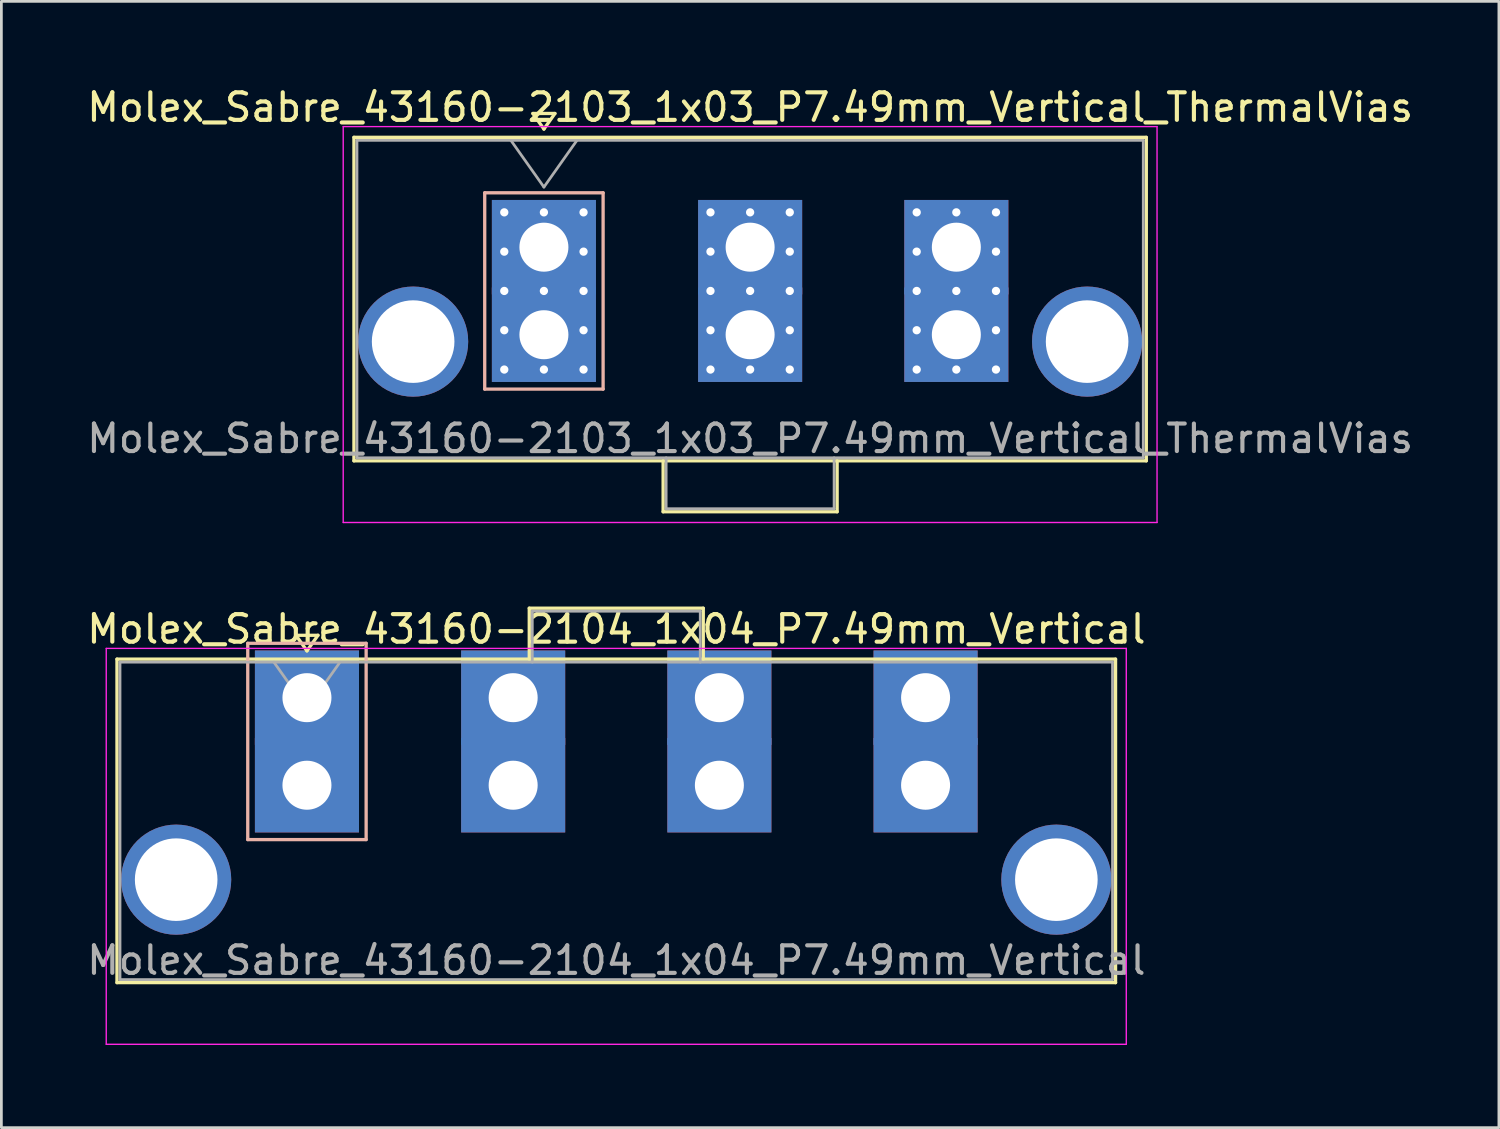
<source format=kicad_pcb>
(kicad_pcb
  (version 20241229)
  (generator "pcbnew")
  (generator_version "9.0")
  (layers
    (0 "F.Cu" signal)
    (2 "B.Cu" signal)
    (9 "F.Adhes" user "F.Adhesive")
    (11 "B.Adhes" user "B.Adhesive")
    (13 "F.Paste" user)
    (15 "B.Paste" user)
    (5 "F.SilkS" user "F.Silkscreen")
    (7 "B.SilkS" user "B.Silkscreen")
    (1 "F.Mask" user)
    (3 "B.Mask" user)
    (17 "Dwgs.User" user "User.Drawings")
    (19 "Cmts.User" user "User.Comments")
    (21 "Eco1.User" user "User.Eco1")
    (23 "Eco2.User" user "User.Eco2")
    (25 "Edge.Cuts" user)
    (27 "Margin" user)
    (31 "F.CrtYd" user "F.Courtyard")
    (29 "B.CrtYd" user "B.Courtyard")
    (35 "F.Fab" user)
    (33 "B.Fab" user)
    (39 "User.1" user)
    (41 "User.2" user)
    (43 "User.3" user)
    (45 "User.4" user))
  (footprint "Molex_Sabre_43160-2104_1x04_P7.49mm_Vertical"
    (layer "F.Cu")
    (at 8.099 25.471)
    (property "Reference" "Molex_Sabre_43160-2104_1x04_P7.49mm_Vertical" (at 11.24 -5.67 0) (layer "F.SilkS") (effects (font (size 1 1) (thickness 0.15))))
    (attr through_hole)
    (fp_line (start -6.9 -4.58) (end -6.9 7.17) (stroke (width 0.12) (type solid)) (layer "F.SilkS"))
    (fp_line (start -6.9 7.17) (end 29.37 7.17) (stroke (width 0.12) (type solid)) (layer "F.SilkS"))
    (fp_line (start -0.4 -5.446) (end 0 -4.88) (stroke (width 0.12) (type solid)) (layer "F.SilkS"))
    (fp_line (start 0 -4.88) (end 0.4 -5.446) (stroke (width 0.12) (type solid)) (layer "F.SilkS"))
    (fp_line (start 0.4 -5.446) (end -0.4 -5.446) (stroke (width 0.12) (type solid)) (layer "F.SilkS"))
    (fp_line (start 8.075 -6.43) (end 14.395 -6.43) (stroke (width 0.12) (type solid)) (layer "F.SilkS"))
    (fp_line (start 8.075 -4.58) (end 8.075 -6.43) (stroke (width 0.12) (type solid)) (layer "F.SilkS"))
    (fp_line (start 14.395 -6.43) (end 14.395 -4.58) (stroke (width 0.12) (type solid)) (layer "F.SilkS"))
    (fp_line (start 29.37 -4.58) (end -6.9 -4.58) (stroke (width 0.12) (type solid)) (layer "F.SilkS"))
    (fp_line (start 29.37 7.17) (end 29.37 -4.58) (stroke (width 0.12) (type solid)) (layer "F.SilkS"))
    (fp_line (start -2.15 -5.155) (end -2.15 1.975) (stroke (width 0.12) (type solid)) (layer "B.SilkS"))
    (fp_line (start -2.15 1.975) (end 2.15 1.975) (stroke (width 0.12) (type solid)) (layer "B.SilkS"))
    (fp_line (start 2.15 -5.155) (end -2.15 -5.155) (stroke (width 0.12) (type solid)) (layer "B.SilkS"))
    (fp_line (start 2.15 1.975) (end 2.15 -5.155) (stroke (width 0.12) (type solid)) (layer "B.SilkS"))
    (fp_line (start -7.29 -4.97) (end -7.29 9.41) (stroke (width 0.05) (type solid)) (layer "F.CrtYd"))
    (fp_line (start -7.29 9.41) (end 29.76 9.41) (stroke (width 0.05) (type solid)) (layer "F.CrtYd"))
    (fp_line (start 29.76 -4.97) (end -7.29 -4.97) (stroke (width 0.05) (type solid)) (layer "F.CrtYd"))
    (fp_line (start 29.76 9.41) (end 29.76 -4.97) (stroke (width 0.05) (type solid)) (layer "F.CrtYd"))
    (fp_line (start -6.79 -4.47) (end -6.79 7.06) (stroke (width 0.1) (type solid)) (layer "F.Fab"))
    (fp_line (start -6.79 7.06) (end 29.26 7.06) (stroke (width 0.1) (type solid)) (layer "F.Fab"))
    (fp_line (start -1.2 -4.47) (end 0 -2.773) (stroke (width 0.1) (type solid)) (layer "F.Fab"))
    (fp_line (start 0 -2.773) (end 1.2 -4.47) (stroke (width 0.1) (type solid)) (layer "F.Fab"))
    (fp_line (start 8.185 -6.32) (end 14.285 -6.32) (stroke (width 0.1) (type solid)) (layer "F.Fab"))
    (fp_line (start 8.185 -4.47) (end 8.185 -6.32) (stroke (width 0.1) (type solid)) (layer "F.Fab"))
    (fp_line (start 14.285 -6.32) (end 14.285 -4.47) (stroke (width 0.1) (type solid)) (layer "F.Fab"))
    (fp_line (start 29.26 -4.47) (end -6.79 -4.47) (stroke (width 0.1) (type solid)) (layer "F.Fab"))
    (fp_line (start 29.26 7.06) (end 29.26 -4.47) (stroke (width 0.1) (type solid)) (layer "F.Fab"))
    (fp_text user "${REFERENCE}" (at 11.24 6.36 0) (layer "F.Fab") (effects (font (size 1 1) (thickness 0.15))))
    (pad "" thru_hole circle (at -4.75 3.43) (size 4 4) (drill 3) (layers "*.Cu" "*.Mask"))
    (pad "" thru_hole circle (at 27.22 3.43) (size 4 4) (drill 3) (layers "*.Cu" "*.Mask"))
    (pad "1" thru_hole rect (at 0 -3.18) (size 3.78 3.43) (drill 1.78) (layers "*.Cu" "*.Mask"))
    (pad "1" thru_hole rect (at 0 0) (size 3.78 3.43) (drill 1.78) (layers "*.Cu" "*.Mask"))
    (pad "2" thru_hole rect (at 7.49 -3.18) (size 3.78 3.43) (drill 1.78) (layers "*.Cu" "*.Mask"))
    (pad "2" thru_hole rect (at 7.49 0) (size 3.78 3.43) (drill 1.78) (layers "*.Cu" "*.Mask"))
    (pad "3" thru_hole rect (at 14.98 -3.18) (size 3.78 3.43) (drill 1.78) (layers "*.Cu" "*.Mask"))
    (pad "3" thru_hole rect (at 14.98 0) (size 3.78 3.43) (drill 1.78) (layers "*.Cu" "*.Mask"))
    (pad "4" thru_hole rect (at 22.47 -3.18) (size 3.78 3.43) (drill 1.78) (layers "*.Cu" "*.Mask"))
    (pad "4" thru_hole rect (at 22.47 0) (size 3.78 3.43) (drill 1.78) (layers "*.Cu" "*.Mask")))
  (footprint "Molex_Sabre_43160-2103_1x03_P7.49mm_Vertical_ThermalVias"
    (layer "F.Cu")
    (at 16.706 9.108)
    (property "Reference" "Molex_Sabre_43160-2103_1x03_P7.49mm_Vertical_ThermalVias" (at 7.49 -8.26 0) (layer "F.SilkS") (effects (font (size 1 1) (thickness 0.15))))
    (attr through_hole)
    (fp_line (start -6.9 -7.17) (end -6.9 4.58) (stroke (width 0.12) (type solid)) (layer "F.SilkS"))
    (fp_line (start -6.9 4.58) (end 21.88 4.58) (stroke (width 0.12) (type solid)) (layer "F.SilkS"))
    (fp_line (start -0.4 -8.036) (end 0 -7.47) (stroke (width 0.12) (type solid)) (layer "F.SilkS"))
    (fp_line (start 0 -7.47) (end 0.4 -8.036) (stroke (width 0.12) (type solid)) (layer "F.SilkS"))
    (fp_line (start 0.4 -8.036) (end -0.4 -8.036) (stroke (width 0.12) (type solid)) (layer "F.SilkS"))
    (fp_line (start 4.33 4.58) (end 4.33 6.43) (stroke (width 0.12) (type solid)) (layer "F.SilkS"))
    (fp_line (start 4.33 6.43) (end 10.65 6.43) (stroke (width 0.12) (type solid)) (layer "F.SilkS"))
    (fp_line (start 10.65 6.43) (end 10.65 4.58) (stroke (width 0.12) (type solid)) (layer "F.SilkS"))
    (fp_line (start 21.88 -7.17) (end -6.9 -7.17) (stroke (width 0.12) (type solid)) (layer "F.SilkS"))
    (fp_line (start 21.88 4.58) (end 21.88 -7.17) (stroke (width 0.12) (type solid)) (layer "F.SilkS"))
    (fp_line (start -2.15 -5.155) (end -2.15 1.975) (stroke (width 0.12) (type solid)) (layer "B.SilkS"))
    (fp_line (start -2.15 1.975) (end 2.15 1.975) (stroke (width 0.12) (type solid)) (layer "B.SilkS"))
    (fp_line (start 2.15 -5.155) (end -2.15 -5.155) (stroke (width 0.12) (type solid)) (layer "B.SilkS"))
    (fp_line (start 2.15 1.975) (end 2.15 -5.155) (stroke (width 0.12) (type solid)) (layer "B.SilkS"))
    (fp_line (start -7.29 -7.56) (end -7.29 6.82) (stroke (width 0.05) (type solid)) (layer "F.CrtYd"))
    (fp_line (start -7.29 6.82) (end 22.27 6.82) (stroke (width 0.05) (type solid)) (layer "F.CrtYd"))
    (fp_line (start 22.27 -7.56) (end -7.29 -7.56) (stroke (width 0.05) (type solid)) (layer "F.CrtYd"))
    (fp_line (start 22.27 6.82) (end 22.27 -7.56) (stroke (width 0.05) (type solid)) (layer "F.CrtYd"))
    (fp_line (start -6.79 -7.06) (end -6.79 4.47) (stroke (width 0.1) (type solid)) (layer "F.Fab"))
    (fp_line (start -6.79 4.47) (end 21.77 4.47) (stroke (width 0.1) (type solid)) (layer "F.Fab"))
    (fp_line (start -1.2 -7.06) (end 0 -5.363) (stroke (width 0.1) (type solid)) (layer "F.Fab"))
    (fp_line (start 0 -5.363) (end 1.2 -7.06) (stroke (width 0.1) (type solid)) (layer "F.Fab"))
    (fp_line (start 4.44 4.47) (end 4.44 6.32) (stroke (width 0.1) (type solid)) (layer "F.Fab"))
    (fp_line (start 4.44 6.32) (end 10.54 6.32) (stroke (width 0.1) (type solid)) (layer "F.Fab"))
    (fp_line (start 10.54 6.32) (end 10.54 4.47) (stroke (width 0.1) (type solid)) (layer "F.Fab"))
    (fp_line (start 21.77 -7.06) (end -6.79 -7.06) (stroke (width 0.1) (type solid)) (layer "F.Fab"))
    (fp_line (start 21.77 4.47) (end 21.77 -7.06) (stroke (width 0.1) (type solid)) (layer "F.Fab"))
    (fp_text user "${REFERENCE}" (at 7.49 3.77 0) (layer "F.Fab") (effects (font (size 1 1) (thickness 0.15))))
    (pad "" thru_hole circle (at -4.75 0.25) (size 4 4) (drill 3) (layers "*.Cu" "*.Mask"))
    (pad "" thru_hole circle (at 19.73 0.25) (size 4 4) (drill 3) (layers "*.Cu" "*.Mask"))
    (pad "1" thru_hole rect (at -1.44 -4.445) (size 0.6 0.6) (drill 0.3) (layers "*.Cu" "*.Mask"))
    (pad "1" thru_hole rect (at -1.44 -3.018) (size 0.6 0.6) (drill 0.3) (layers "*.Cu" "*.Mask"))
    (pad "1" thru_hole rect (at -1.44 -1.59) (size 0.6 0.6) (drill 0.3) (layers "*.Cu" "*.Mask"))
    (pad "1" thru_hole rect (at -1.44 -0.163) (size 0.6 0.6) (drill 0.3) (layers "*.Cu" "*.Mask"))
    (pad "1" thru_hole rect (at -1.44 1.265) (size 0.6 0.6) (drill 0.3) (layers "*.Cu" "*.Mask"))
    (pad "1" thru_hole rect (at 0 -4.445) (size 0.6 0.6) (drill 0.3) (layers "*.Cu" "*.Mask"))
    (pad "1" thru_hole rect (at 0 -3.18) (size 3.78 3.43) (drill 1.78) (layers "*.Cu" "*.Mask"))
    (pad "1" thru_hole rect (at 0 -1.59) (size 0.6 0.6) (drill 0.3) (layers "*.Cu" "*.Mask"))
    (pad "1" thru_hole rect (at 0 0) (size 3.78 3.43) (drill 1.78) (layers "*.Cu" "*.Mask"))
    (pad "1" thru_hole rect (at 0 1.265) (size 0.6 0.6) (drill 0.3) (layers "*.Cu" "*.Mask"))
    (pad "1" thru_hole rect (at 1.44 -4.445) (size 0.6 0.6) (drill 0.3) (layers "*.Cu" "*.Mask"))
    (pad "1" thru_hole rect (at 1.44 -3.018) (size 0.6 0.6) (drill 0.3) (layers "*.Cu" "*.Mask"))
    (pad "1" thru_hole rect (at 1.44 -1.59) (size 0.6 0.6) (drill 0.3) (layers "*.Cu" "*.Mask"))
    (pad "1" thru_hole rect (at 1.44 -0.163) (size 0.6 0.6) (drill 0.3) (layers "*.Cu" "*.Mask"))
    (pad "1" thru_hole rect (at 1.44 1.265) (size 0.6 0.6) (drill 0.3) (layers "*.Cu" "*.Mask"))
    (pad "2" thru_hole circle (at 6.05 -4.445) (size 0.6 0.6) (drill 0.3) (layers "*.Cu" "*.Mask"))
    (pad "2" thru_hole circle (at 6.05 -3.018) (size 0.6 0.6) (drill 0.3) (layers "*.Cu" "*.Mask"))
    (pad "2" thru_hole circle (at 6.05 -1.59) (size 0.6 0.6) (drill 0.3) (layers "*.Cu" "*.Mask"))
    (pad "2" thru_hole circle (at 6.05 -0.163) (size 0.6 0.6) (drill 0.3) (layers "*.Cu" "*.Mask"))
    (pad "2" thru_hole circle (at 6.05 1.265) (size 0.6 0.6) (drill 0.3) (layers "*.Cu" "*.Mask"))
    (pad "2" thru_hole circle (at 7.49 -4.445) (size 0.6 0.6) (drill 0.3) (layers "*.Cu" "*.Mask"))
    (pad "2" thru_hole rect (at 7.49 -3.18) (size 3.78 3.43) (drill 1.78) (layers "*.Cu" "*.Mask"))
    (pad "2" thru_hole circle (at 7.49 -1.59) (size 0.6 0.6) (drill 0.3) (layers "*.Cu" "*.Mask"))
    (pad "2" thru_hole rect (at 7.49 0) (size 3.78 3.43) (drill 1.78) (layers "*.Cu" "*.Mask"))
    (pad "2" thru_hole circle (at 7.49 1.265) (size 0.6 0.6) (drill 0.3) (layers "*.Cu" "*.Mask"))
    (pad "2" thru_hole circle (at 8.93 -4.445) (size 0.6 0.6) (drill 0.3) (layers "*.Cu" "*.Mask"))
    (pad "2" thru_hole circle (at 8.93 -3.018) (size 0.6 0.6) (drill 0.3) (layers "*.Cu" "*.Mask"))
    (pad "2" thru_hole circle (at 8.93 -1.59) (size 0.6 0.6) (drill 0.3) (layers "*.Cu" "*.Mask"))
    (pad "2" thru_hole circle (at 8.93 -0.163) (size 0.6 0.6) (drill 0.3) (layers "*.Cu" "*.Mask"))
    (pad "2" thru_hole circle (at 8.93 1.265) (size 0.6 0.6) (drill 0.3) (layers "*.Cu" "*.Mask"))
    (pad "3" thru_hole circle (at 13.54 -4.445) (size 0.6 0.6) (drill 0.3) (layers "*.Cu" "*.Mask"))
    (pad "3" thru_hole circle (at 13.54 -3.018) (size 0.6 0.6) (drill 0.3) (layers "*.Cu" "*.Mask"))
    (pad "3" thru_hole circle (at 13.54 -1.59) (size 0.6 0.6) (drill 0.3) (layers "*.Cu" "*.Mask"))
    (pad "3" thru_hole circle (at 13.54 -0.163) (size 0.6 0.6) (drill 0.3) (layers "*.Cu" "*.Mask"))
    (pad "3" thru_hole circle (at 13.54 1.265) (size 0.6 0.6) (drill 0.3) (layers "*.Cu" "*.Mask"))
    (pad "3" thru_hole circle (at 14.98 -4.445) (size 0.6 0.6) (drill 0.3) (layers "*.Cu" "*.Mask"))
    (pad "3" thru_hole rect (at 14.98 -3.18) (size 3.78 3.43) (drill 1.78) (layers "*.Cu" "*.Mask"))
    (pad "3" thru_hole circle (at 14.98 -1.59) (size 0.6 0.6) (drill 0.3) (layers "*.Cu" "*.Mask"))
    (pad "3" thru_hole rect (at 14.98 0) (size 3.78 3.43) (drill 1.78) (layers "*.Cu" "*.Mask"))
    (pad "3" thru_hole circle (at 14.98 1.265) (size 0.6 0.6) (drill 0.3) (layers "*.Cu" "*.Mask"))
    (pad "3" thru_hole circle (at 16.42 -4.445) (size 0.6 0.6) (drill 0.3) (layers "*.Cu" "*.Mask"))
    (pad "3" thru_hole circle (at 16.42 -3.018) (size 0.6 0.6) (drill 0.3) (layers "*.Cu" "*.Mask"))
    (pad "3" thru_hole circle (at 16.42 -1.59) (size 0.6 0.6) (drill 0.3) (layers "*.Cu" "*.Mask"))
    (pad "3" thru_hole circle (at 16.42 -0.163) (size 0.6 0.6) (drill 0.3) (layers "*.Cu" "*.Mask"))
    (pad "3" thru_hole circle (at 16.42 1.265) (size 0.6 0.6) (drill 0.3) (layers "*.Cu" "*.Mask")))
  (gr_rect
    (start -3 -3)
    (end 51.393 37.907)
    (stroke (width 0.1) (type default))
    (fill no)
    (layer "Edge.Cuts")))
</source>
